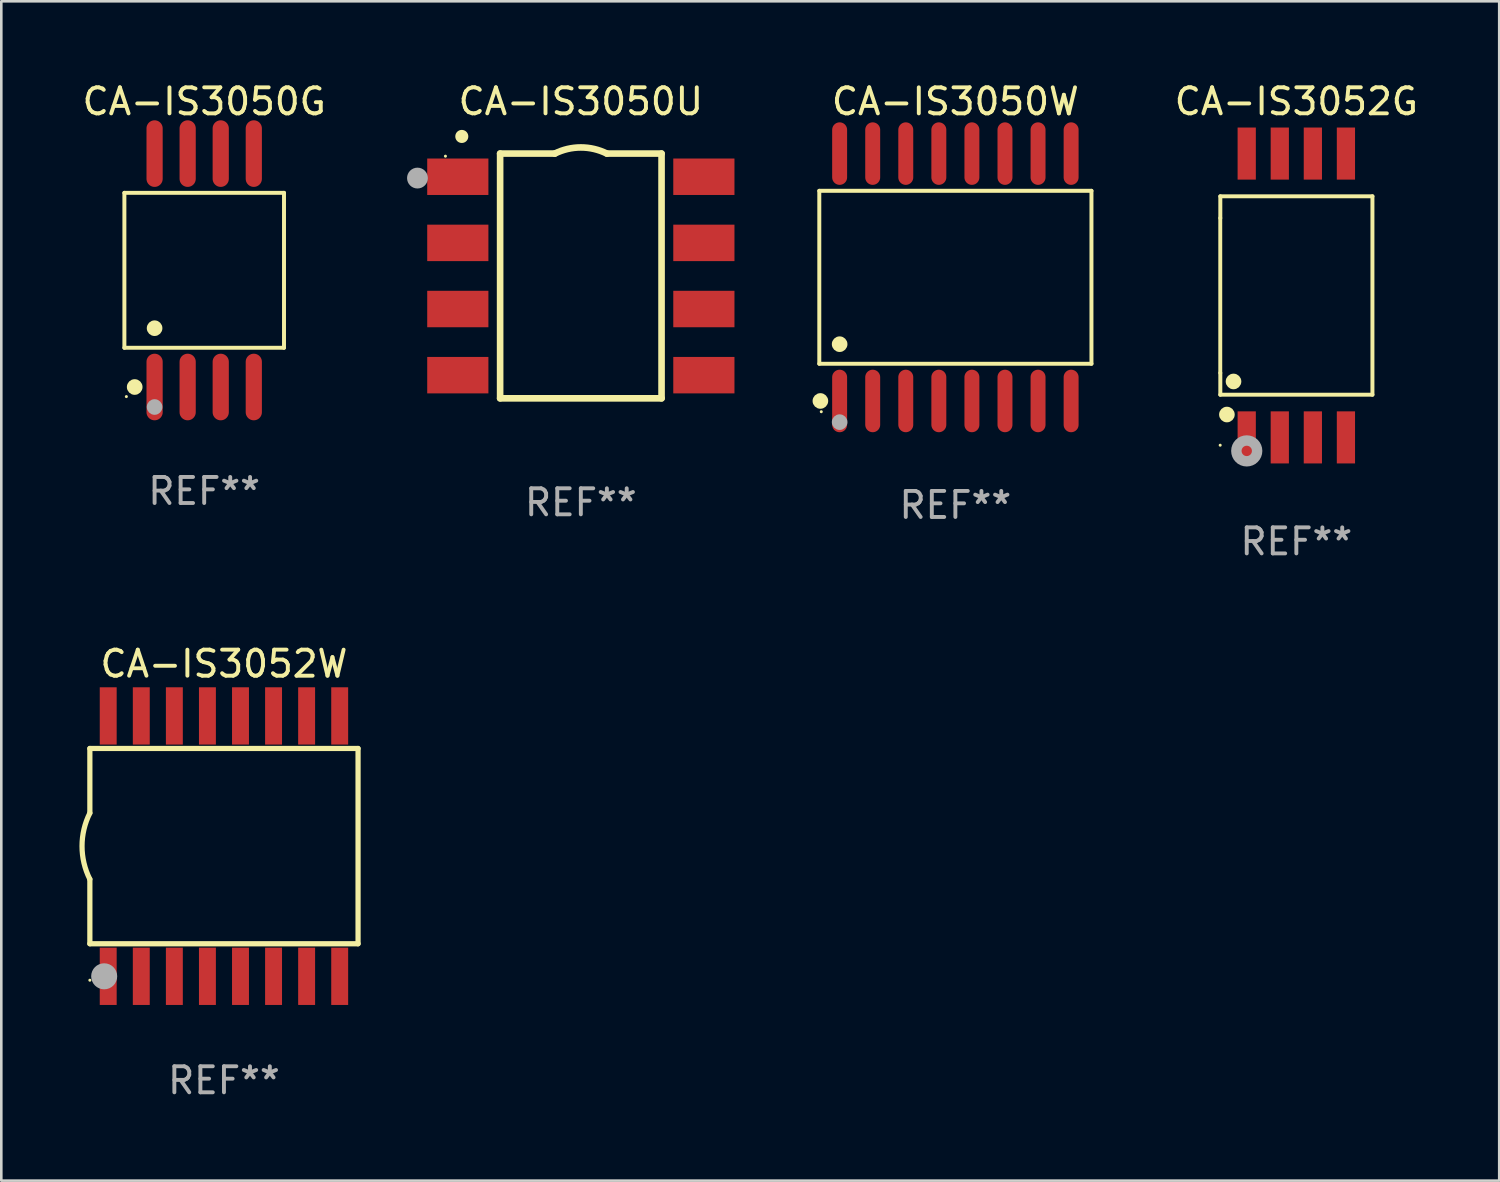
<source format=kicad_pcb>
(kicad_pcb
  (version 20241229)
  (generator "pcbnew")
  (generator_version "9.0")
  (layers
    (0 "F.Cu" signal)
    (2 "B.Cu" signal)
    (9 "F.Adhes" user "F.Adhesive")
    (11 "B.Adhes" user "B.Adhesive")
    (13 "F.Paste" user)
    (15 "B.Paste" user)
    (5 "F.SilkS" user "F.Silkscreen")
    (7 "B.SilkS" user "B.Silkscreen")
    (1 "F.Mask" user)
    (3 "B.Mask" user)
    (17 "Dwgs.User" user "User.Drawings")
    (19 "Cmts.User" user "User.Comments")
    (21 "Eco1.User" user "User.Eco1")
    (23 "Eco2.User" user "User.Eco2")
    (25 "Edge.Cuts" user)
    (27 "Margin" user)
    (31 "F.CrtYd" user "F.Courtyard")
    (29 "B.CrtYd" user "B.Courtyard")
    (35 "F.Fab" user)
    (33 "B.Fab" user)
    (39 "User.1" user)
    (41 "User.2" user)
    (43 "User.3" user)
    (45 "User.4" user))
  (footprint "CA-IS3052G"
    (layer "F.Cu")
    (at 46.736 8.298)
    (property "Reference" "CA-IS3052G" (at 0 -7.45 0) (layer "F.SilkS") (effects (font (size 1 1) (thickness 0.15))))
    (attr through_hole)
    (fp_line (start -2.922 -2.974) (end -2.922 2.974) (stroke (width 0.15) (type solid)) (layer "F.SilkS"))
    (fp_line (start -2.92 -3.809) (end 2.922 -3.809) (stroke (width 0.152) (type solid)) (layer "F.SilkS"))
    (fp_line (start -2.92 -2.974) (end -2.92 -3.809) (stroke (width 0.152) (type solid)) (layer "F.SilkS"))
    (fp_line (start -2.92 3.811) (end -2.92 2.975) (stroke (width 0.152) (type solid)) (layer "F.SilkS"))
    (fp_line (start 2.922 -3.809) (end 2.922 3.811) (stroke (width 0.152) (type solid)) (layer "F.SilkS"))
    (fp_line (start 2.922 3.811) (end -2.92 3.811) (stroke (width 0.152) (type solid)) (layer "F.SilkS"))
    (fp_circle (center -2.925 5.75) (end -2.895 5.75) (stroke (width 0.06) (type solid)) (fill no) (layer "F.SilkS"))
    (fp_circle (center -2.667 4.572) (end -2.517 4.572) (stroke (width 0.3) (type solid)) (fill no) (layer "F.SilkS"))
    (fp_circle (center -2.413 3.302) (end -2.263 3.302) (stroke (width 0.3) (type solid)) (fill no) (layer "F.SilkS"))
    (fp_circle (center -1.905 5.969) (end -1.706 5.969) (stroke (width 0.4) (type solid)) (fill no) (layer "F.Fab"))
    (fp_text user "REF**" (at 0 9.45 0) (layer "F.Fab") (effects (font (size 1 1) (thickness 0.15))))
    (pad "1" smd rect (at -1.906 5.45) (size 0.7 2) (layers "F.Cu" "F.Mask" "F.Paste"))
    (pad "2" smd rect (at -0.636 5.45) (size 0.7 2) (layers "F.Cu" "F.Mask" "F.Paste"))
    (pad "3" smd rect (at 0.634 5.45) (size 0.7 2) (layers "F.Cu" "F.Mask" "F.Paste"))
    (pad "4" smd rect (at 1.904 5.45) (size 0.7 2) (layers "F.Cu" "F.Mask" "F.Paste"))
    (pad "5" smd rect (at 1.904 -5.45) (size 0.7 2) (layers "F.Cu" "F.Mask" "F.Paste"))
    (pad "6" smd rect (at 0.634 -5.45) (size 0.7 2) (layers "F.Cu" "F.Mask" "F.Paste"))
    (pad "7" smd rect (at -0.636 -5.45) (size 0.7 2) (layers "F.Cu" "F.Mask" "F.Paste"))
    (pad "8" smd rect (at -1.906 -5.45) (size 0.7 2) (layers "F.Cu" "F.Mask" "F.Paste")))
  (footprint "CA-IS3050G"
    (layer "F.Cu")
    (at 4.792 7.331)
    (property "Reference" "CA-IS3050G" (at 0 -6.482 0) (layer "F.SilkS") (effects (font (size 1 1) (thickness 0.15))))
    (attr through_hole)
    (fp_line (start -3.065 -2.975) (end 3.065 -2.975) (stroke (width 0.152) (type solid)) (layer "F.SilkS"))
    (fp_line (start -3.065 2.975) (end -3.065 -2.975) (stroke (width 0.152) (type solid)) (layer "F.SilkS"))
    (fp_line (start 3.065 -2.975) (end 3.065 2.975) (stroke (width 0.152) (type solid)) (layer "F.SilkS"))
    (fp_line (start 3.065 2.975) (end -3.065 2.975) (stroke (width 0.152) (type solid)) (layer "F.SilkS"))
    (fp_circle (center -2.989 4.85) (end -2.959 4.85) (stroke (width 0.06) (type solid)) (fill no) (layer "F.SilkS"))
    (fp_circle (center -2.669 4.482) (end -2.518 4.482) (stroke (width 0.3) (type solid)) (fill no) (layer "F.SilkS"))
    (fp_circle (center -1.905 2.223) (end -1.755 2.223) (stroke (width 0.3) (type solid)) (fill no) (layer "F.SilkS"))
    (fp_circle (center -1.905 5.25) (end -1.755 5.25) (stroke (width 0.3) (type solid)) (fill no) (layer "F.Fab"))
    (fp_text user "REF**" (at 0 8.482 0) (layer "F.Fab") (effects (font (size 1 1) (thickness 0.15))))
    (pad "1" smd oval (at -1.905 4.482) (size 0.622 2.558) (layers "F.Cu" "F.Mask" "F.Paste"))
    (pad "2" smd oval (at -0.635 4.482) (size 0.622 2.558) (layers "F.Cu" "F.Mask" "F.Paste"))
    (pad "3" smd oval (at 0.635 4.482) (size 0.622 2.558) (layers "F.Cu" "F.Mask" "F.Paste"))
    (pad "4" smd oval (at 1.905 4.482) (size 0.622 2.558) (layers "F.Cu" "F.Mask" "F.Paste"))
    (pad "5" smd oval (at 1.905 -4.482) (size 0.622 2.558) (layers "F.Cu" "F.Mask" "F.Paste"))
    (pad "6" smd oval (at 0.635 -4.482) (size 0.622 2.558) (layers "F.Cu" "F.Mask" "F.Paste"))
    (pad "7" smd oval (at -0.635 -4.482) (size 0.622 2.558) (layers "F.Cu" "F.Mask" "F.Paste"))
    (pad "8" smd oval (at -1.905 -4.482) (size 0.622 2.558) (layers "F.Cu" "F.Mask" "F.Paste")))
  (footprint "CA-IS3050U"
    (layer "F.Cu")
    (at 19.257 7.548)
    (property "Reference" "CA-IS3050U" (at 0 -6.7 0) (layer "F.SilkS") (effects (font (size 1 1) (thickness 0.15))))
    (attr through_hole)
    (fp_line (start -3.1 -4.7) (end -1 -4.7) (stroke (width 0.254) (type solid)) (layer "F.SilkS"))
    (fp_line (start -3.1 4.7) (end -3.1 -4.7) (stroke (width 0.254) (type solid)) (layer "F.SilkS"))
    (fp_line (start 1 -4.7) (end 3.1 -4.7) (stroke (width 0.254) (type solid)) (layer "F.SilkS"))
    (fp_line (start 3.1 -4.7) (end 3.1 4.7) (stroke (width 0.254) (type solid)) (layer "F.SilkS"))
    (fp_line (start 3.1 4.7) (end -3.1 4.7) (stroke (width 0.254) (type solid)) (layer "F.SilkS"))
    (fp_arc (start -4.572009 -5.356871) (mid -4.572013 -5.358141) (end -4.572009 -5.359411) (stroke (width 0.5) (type solid)) (layer "F.SilkS"))
    (fp_arc (start -1.000762 -4.699009) (mid 0 -4.935337) (end 1.000762 -4.699009) (stroke (width 0.254001) (type solid)) (layer "F.SilkS"))
    (fp_circle (center -5.2 -4.6) (end -5.17 -4.6) (stroke (width 0.06) (type solid)) (fill no) (layer "F.SilkS"))
    (fp_circle (center -6.274 -3.759) (end -6.074 -3.759) (stroke (width 0.4) (type solid)) (fill no) (layer "F.Fab"))
    (fp_text user "REF**" (at 0 8.7 0) (layer "F.Fab") (effects (font (size 1 1) (thickness 0.15))))
    (pad "1" smd rect (at -4.725 -3.81) (size 2.35 1.4) (layers "F.Cu" "F.Mask" "F.Paste"))
    (pad "2" smd rect (at -4.725 -1.27) (size 2.35 1.4) (layers "F.Cu" "F.Mask" "F.Paste"))
    (pad "3" smd rect (at -4.725 1.27) (size 2.35 1.4) (layers "F.Cu" "F.Mask" "F.Paste"))
    (pad "4" smd rect (at -4.725 3.81) (size 2.35 1.4) (layers "F.Cu" "F.Mask" "F.Paste"))
    (pad "5" smd rect (at 4.725 3.81) (size 2.35 1.4) (layers "F.Cu" "F.Mask" "F.Paste"))
    (pad "6" smd rect (at 4.725 1.27) (size 2.35 1.4) (layers "F.Cu" "F.Mask" "F.Paste"))
    (pad "7" smd rect (at 4.725 -1.27) (size 2.35 1.4) (layers "F.Cu" "F.Mask" "F.Paste"))
    (pad "8" smd rect (at 4.725 -3.81) (size 2.35 1.4) (layers "F.Cu" "F.Mask" "F.Paste")))
  (footprint "CA-IS3050W"
    (layer "F.Cu")
    (at 33.641 7.599)
    (property "Reference" "CA-IS3050W" (at 0 -6.75 0) (layer "F.SilkS") (effects (font (size 1 1) (thickness 0.15))))
    (attr through_hole)
    (fp_line (start -5.226 -3.321) (end 5.226 -3.321) (stroke (width 0.152) (type solid)) (layer "F.SilkS"))
    (fp_line (start -5.226 3.321) (end -5.226 -3.321) (stroke (width 0.152) (type solid)) (layer "F.SilkS"))
    (fp_line (start 5.226 -3.321) (end 5.226 3.321) (stroke (width 0.152) (type solid)) (layer "F.SilkS"))
    (fp_line (start 5.226 3.321) (end -5.226 3.321) (stroke (width 0.152) (type solid)) (layer "F.SilkS"))
    (fp_circle (center -5.184 4.75) (end -5.034 4.75) (stroke (width 0.3) (type solid)) (fill no) (layer "F.SilkS"))
    (fp_circle (center -5.15 5.163) (end -5.12 5.163) (stroke (width 0.06) (type solid)) (fill no) (layer "F.SilkS"))
    (fp_circle (center -4.445 2.569) (end -4.295 2.569) (stroke (width 0.3) (type solid)) (fill no) (layer "F.SilkS"))
    (fp_circle (center -4.445 5.563) (end -4.295 5.563) (stroke (width 0.3) (type solid)) (fill no) (layer "F.Fab"))
    (fp_text user "REF**" (at 0 8.75 0) (layer "F.Fab") (effects (font (size 1 1) (thickness 0.15))))
    (pad "1" smd oval (at -4.445 4.75) (size 0.574 2.401) (layers "F.Cu" "F.Mask" "F.Paste"))
    (pad "2" smd oval (at -3.175 4.75) (size 0.574 2.401) (layers "F.Cu" "F.Mask" "F.Paste"))
    (pad "3" smd oval (at -1.905 4.75) (size 0.574 2.401) (layers "F.Cu" "F.Mask" "F.Paste"))
    (pad "4" smd oval (at -0.635 4.75) (size 0.574 2.401) (layers "F.Cu" "F.Mask" "F.Paste"))
    (pad "5" smd oval (at 0.635 4.75) (size 0.574 2.401) (layers "F.Cu" "F.Mask" "F.Paste"))
    (pad "6" smd oval (at 1.905 4.75) (size 0.574 2.401) (layers "F.Cu" "F.Mask" "F.Paste"))
    (pad "7" smd oval (at 3.175 4.75) (size 0.574 2.401) (layers "F.Cu" "F.Mask" "F.Paste"))
    (pad "8" smd oval (at 4.445 4.75) (size 0.574 2.401) (layers "F.Cu" "F.Mask" "F.Paste"))
    (pad "9" smd oval (at 4.445 -4.75) (size 0.574 2.401) (layers "F.Cu" "F.Mask" "F.Paste"))
    (pad "10" smd oval (at 3.175 -4.75) (size 0.574 2.401) (layers "F.Cu" "F.Mask" "F.Paste"))
    (pad "11" smd oval (at 1.905 -4.75) (size 0.574 2.401) (layers "F.Cu" "F.Mask" "F.Paste"))
    (pad "12" smd oval (at 0.635 -4.75) (size 0.574 2.401) (layers "F.Cu" "F.Mask" "F.Paste"))
    (pad "13" smd oval (at -0.635 -4.75) (size 0.574 2.401) (layers "F.Cu" "F.Mask" "F.Paste"))
    (pad "14" smd oval (at -1.905 -4.75) (size 0.574 2.401) (layers "F.Cu" "F.Mask" "F.Paste"))
    (pad "15" smd oval (at -3.175 -4.75) (size 0.574 2.401) (layers "F.Cu" "F.Mask" "F.Paste"))
    (pad "16" smd oval (at -4.445 -4.75) (size 0.574 2.401) (layers "F.Cu" "F.Mask" "F.Paste")))
  (footprint "CA-IS3052W"
    (layer "F.Cu")
    (at 5.551 29.445)
    (property "Reference" "CA-IS3052W" (at 0 -7 0) (layer "F.SilkS") (effects (font (size 1 1) (thickness 0.15))))
    (attr through_hole)
    (fp_line (start -5.15 -3.75) (end -5.15 -1.27) (stroke (width 0.2) (type solid)) (layer "F.SilkS"))
    (fp_line (start -5.15 -3.75) (end 5.15 -3.75) (stroke (width 0.2) (type solid)) (layer "F.SilkS"))
    (fp_line (start -5.15 3.75) (end -5.15 1.27) (stroke (width 0.2) (type solid)) (layer "F.SilkS"))
    (fp_line (start 5.15 -3.75) (end 5.15 3.75) (stroke (width 0.2) (type solid)) (layer "F.SilkS"))
    (fp_line (start 5.15 3.75) (end -5.15 3.75) (stroke (width 0.2) (type solid)) (layer "F.SilkS"))
    (fp_arc (start -5.151131 1.270003) (mid -5.450556 -0.000132) (end -5.150013 -1.270003) (stroke (width 0.2) (type solid)) (layer "F.SilkS"))
    (fp_circle (center -5.15 5.15) (end -5.12 5.15) (stroke (width 0.06) (type solid)) (fill no) (layer "F.SilkS"))
    (fp_circle (center -4.6 5) (end -4.35 5) (stroke (width 0.5) (type solid)) (fill no) (layer "F.Fab"))
    (fp_text user "REF**" (at 0 9 0) (layer "F.Fab") (effects (font (size 1 1) (thickness 0.15))))
    (pad "1" smd rect (at -4.445 5) (size 0.65 2.2) (layers "F.Cu" "F.Mask" "F.Paste"))
    (pad "2" smd rect (at -3.175 5) (size 0.65 2.2) (layers "F.Cu" "F.Mask" "F.Paste"))
    (pad "3" smd rect (at -1.905 5) (size 0.65 2.2) (layers "F.Cu" "F.Mask" "F.Paste"))
    (pad "4" smd rect (at -0.635 5) (size 0.65 2.2) (layers "F.Cu" "F.Mask" "F.Paste"))
    (pad "5" smd rect (at 0.635 5) (size 0.65 2.2) (layers "F.Cu" "F.Mask" "F.Paste"))
    (pad "6" smd rect (at 1.905 5) (size 0.65 2.2) (layers "F.Cu" "F.Mask" "F.Paste"))
    (pad "7" smd rect (at 3.175 5) (size 0.65 2.2) (layers "F.Cu" "F.Mask" "F.Paste"))
    (pad "8" smd rect (at 4.445 5) (size 0.65 2.2) (layers "F.Cu" "F.Mask" "F.Paste"))
    (pad "9" smd rect (at 4.445 -5) (size 0.65 2.2) (layers "F.Cu" "F.Mask" "F.Paste"))
    (pad "10" smd rect (at 3.175 -5) (size 0.65 2.2) (layers "F.Cu" "F.Mask" "F.Paste"))
    (pad "11" smd rect (at 1.905 -5) (size 0.65 2.2) (layers "F.Cu" "F.Mask" "F.Paste"))
    (pad "12" smd rect (at 0.635 -5) (size 0.65 2.2) (layers "F.Cu" "F.Mask" "F.Paste"))
    (pad "13" smd rect (at -0.635 -5) (size 0.65 2.2) (layers "F.Cu" "F.Mask" "F.Paste"))
    (pad "14" smd rect (at -1.905 -5) (size 0.65 2.2) (layers "F.Cu" "F.Mask" "F.Paste"))
    (pad "15" smd rect (at -3.175 -5) (size 0.65 2.2) (layers "F.Cu" "F.Mask" "F.Paste"))
    (pad "16" smd rect (at -4.445 -5) (size 0.65 2.2) (layers "F.Cu" "F.Mask" "F.Paste")))
  (gr_rect
    (start -3 -3)
    (end 54.527 42.293)
    (stroke (width 0.1) (type default))
    (fill no)
    (layer "Edge.Cuts")))
</source>
